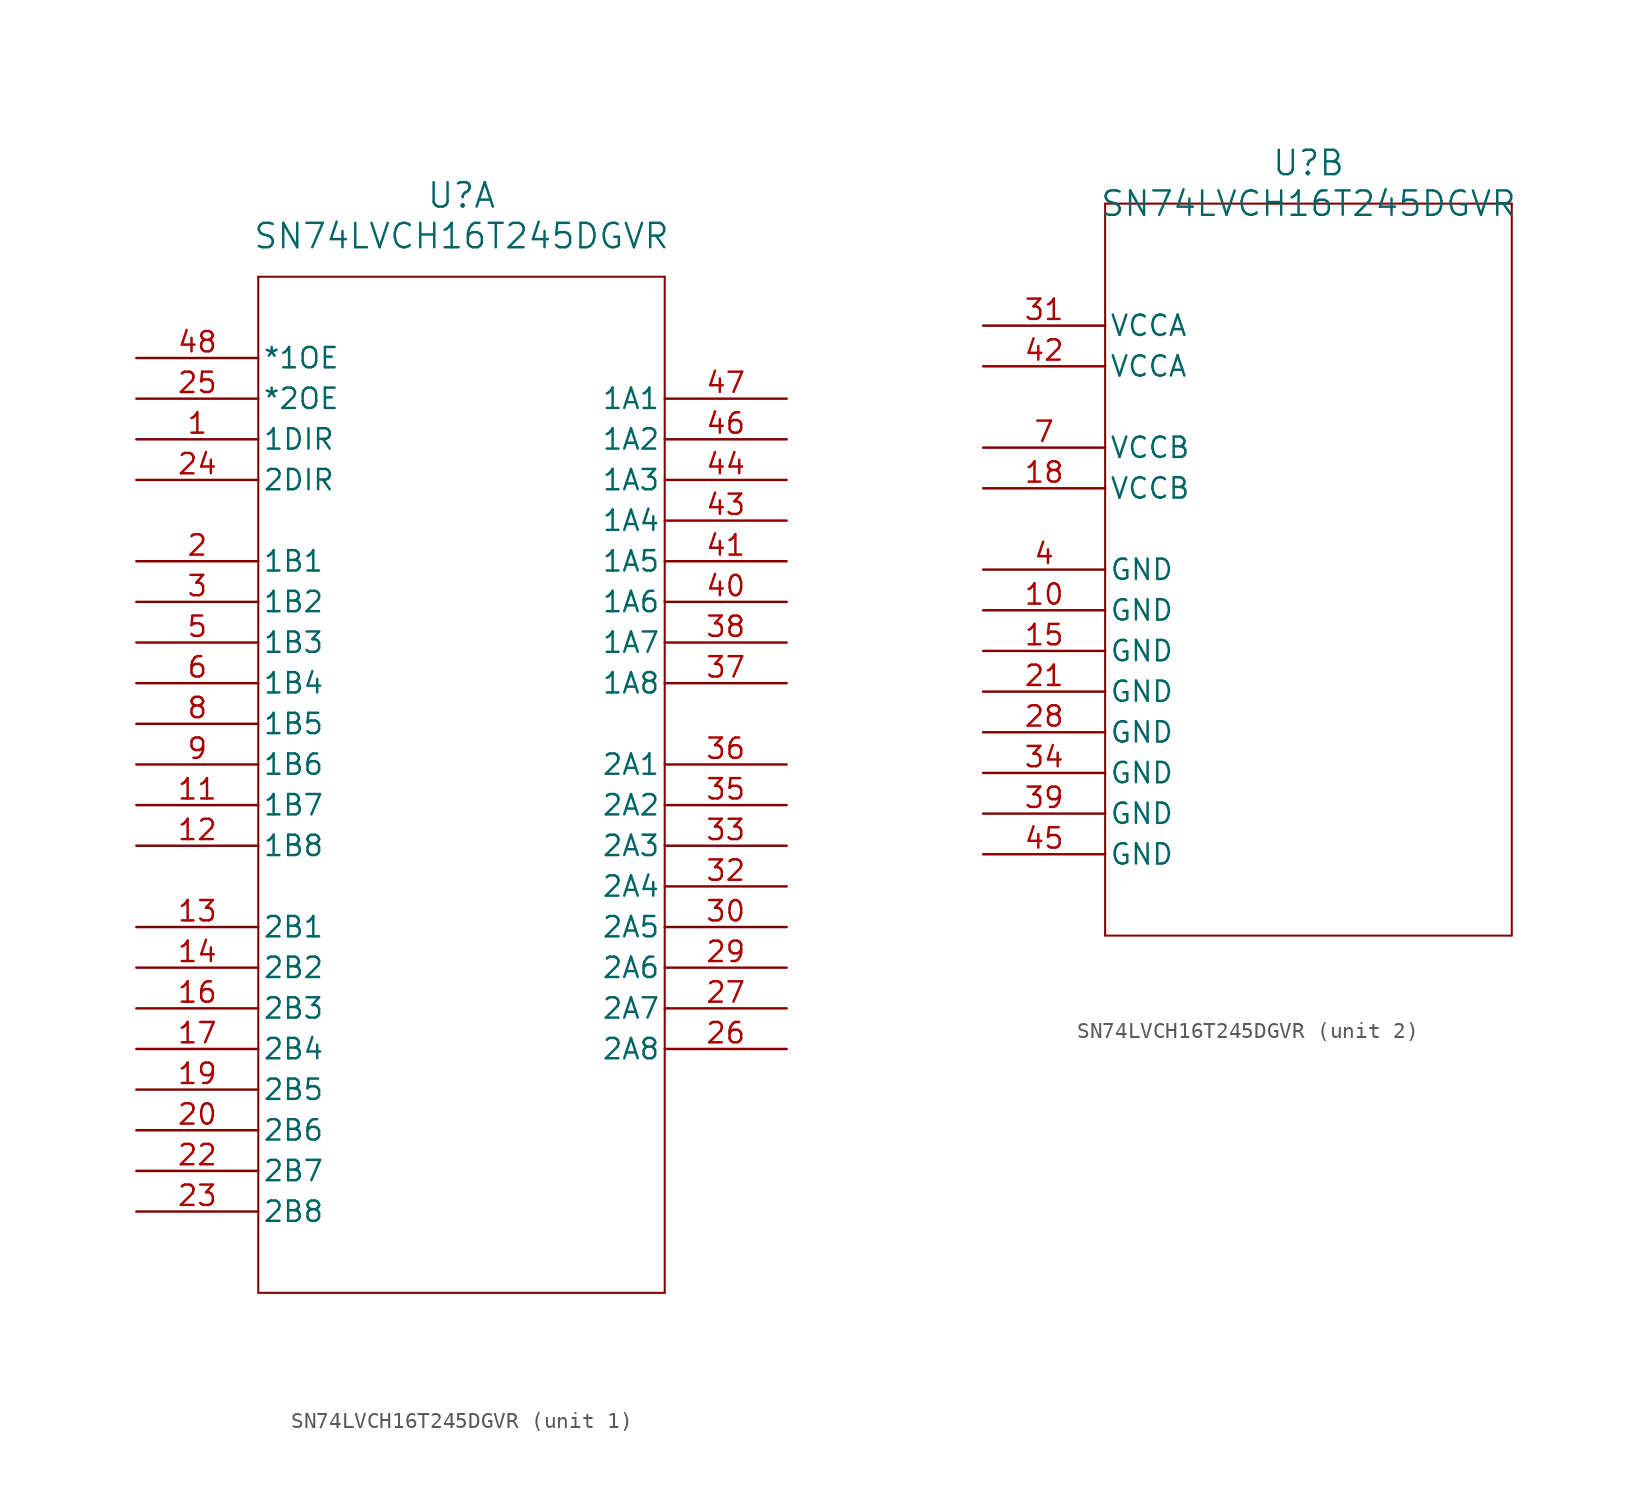
<source format=kicad_sym>
(kicad_symbol_lib
  (version 20211014)
  (generator kicad_symbol_editor)
  (symbol "SN74LVCH16T245DGVR"
    (pin_names
      (offset 0.254))
    (property "Reference" "U"
      (at 20.32 10.16 0)
      (effects (font (size 1.524 1.524))))
    (property "Value" "SN74LVCH16T245DGVR"
      (at 20.32 7.62 0)
      (effects (font (size 1.524 1.524))))
    (symbol "SN74LVCH16T245DGVR_1_1"
      (polyline (pts (xy 7.62 5.08) (xy 7.62 -58.42)) (stroke (width 0.127) (type default) (color 0 0 0 0)) (fill (type none)))
      (polyline (pts (xy 7.62 -58.42) (xy 33.02 -58.42)) (stroke (width 0.127) (type default) (color 0 0 0 0)) (fill (type none)))
      (polyline (pts (xy 33.02 -58.42) (xy 33.02 5.08)) (stroke (width 0.127) (type default) (color 0 0 0 0)) (fill (type none)))
      (polyline (pts (xy 33.02 5.08) (xy 7.62 5.08)) (stroke (width 0.127) (type default) (color 0 0 0 0)) (fill (type none)))
      (pin input line (at 0 -5.08 0) (length 7.62) (name "1DIR" (effects (font (size 1.27 1.27)))) (number "1" (effects (font (size 1.27 1.27)))))
      (pin bidirectional line (at 0 -12.7 0) (length 7.62) (name "1B1" (effects (font (size 1.27 1.27)))) (number "2" (effects (font (size 1.27 1.27)))))
      (pin bidirectional line (at 0 -15.24 0) (length 7.62) (name "1B2" (effects (font (size 1.27 1.27)))) (number "3" (effects (font (size 1.27 1.27)))))
      (pin bidirectional line (at 0 -17.78 0) (length 7.62) (name "1B3" (effects (font (size 1.27 1.27)))) (number "5" (effects (font (size 1.27 1.27)))))
      (pin bidirectional line (at 0 -20.32 0) (length 7.62) (name "1B4" (effects (font (size 1.27 1.27)))) (number "6" (effects (font (size 1.27 1.27)))))
      (pin bidirectional line (at 0 -22.86 0) (length 7.62) (name "1B5" (effects (font (size 1.27 1.27)))) (number "8" (effects (font (size 1.27 1.27)))))
      (pin bidirectional line (at 0 -25.4 0) (length 7.62) (name "1B6" (effects (font (size 1.27 1.27)))) (number "9" (effects (font (size 1.27 1.27)))))
      (pin bidirectional line (at 0 -27.94 0) (length 7.62) (name "1B7" (effects (font (size 1.27 1.27)))) (number "11" (effects (font (size 1.27 1.27)))))
      (pin bidirectional line (at 0 -30.48 0) (length 7.62) (name "1B8" (effects (font (size 1.27 1.27)))) (number "12" (effects (font (size 1.27 1.27)))))
      (pin bidirectional line (at 0 -35.56 0) (length 7.62) (name "2B1" (effects (font (size 1.27 1.27)))) (number "13" (effects (font (size 1.27 1.27)))))
      (pin bidirectional line (at 0 -38.1 0) (length 7.62) (name "2B2" (effects (font (size 1.27 1.27)))) (number "14" (effects (font (size 1.27 1.27)))))
      (pin bidirectional line (at 0 -40.64 0) (length 7.62) (name "2B3" (effects (font (size 1.27 1.27)))) (number "16" (effects (font (size 1.27 1.27)))))
      (pin bidirectional line (at 0 -43.18 0) (length 7.62) (name "2B4" (effects (font (size 1.27 1.27)))) (number "17" (effects (font (size 1.27 1.27)))))
      (pin bidirectional line (at 0 -45.72 0) (length 7.62) (name "2B5" (effects (font (size 1.27 1.27)))) (number "19" (effects (font (size 1.27 1.27)))))
      (pin bidirectional line (at 0 -48.26 0) (length 7.62) (name "2B6" (effects (font (size 1.27 1.27)))) (number "20" (effects (font (size 1.27 1.27)))))
      (pin bidirectional line (at 0 -50.8 0) (length 7.62) (name "2B7" (effects (font (size 1.27 1.27)))) (number "22" (effects (font (size 1.27 1.27)))))
      (pin bidirectional line (at 0 -53.34 0) (length 7.62) (name "2B8" (effects (font (size 1.27 1.27)))) (number "23" (effects (font (size 1.27 1.27)))))
      (pin input line (at 0 -7.62 0) (length 7.62) (name "2DIR" (effects (font (size 1.27 1.27)))) (number "24" (effects (font (size 1.27 1.27)))))
      (pin input line (at 0 -2.54 0) (length 7.62) (name "*2OE" (effects (font (size 1.27 1.27)))) (number "25" (effects (font (size 1.27 1.27)))))
      (pin bidirectional line (at 40.64 -43.18 180) (length 7.62) (name "2A8" (effects (font (size 1.27 1.27)))) (number "26" (effects (font (size 1.27 1.27)))))
      (pin bidirectional line (at 40.64 -40.64 180) (length 7.62) (name "2A7" (effects (font (size 1.27 1.27)))) (number "27" (effects (font (size 1.27 1.27)))))
      (pin bidirectional line (at 40.64 -38.1 180) (length 7.62) (name "2A6" (effects (font (size 1.27 1.27)))) (number "29" (effects (font (size 1.27 1.27)))))
      (pin bidirectional line (at 40.64 -35.56 180) (length 7.62) (name "2A5" (effects (font (size 1.27 1.27)))) (number "30" (effects (font (size 1.27 1.27)))))
      (pin bidirectional line (at 40.64 -33.02 180) (length 7.62) (name "2A4" (effects (font (size 1.27 1.27)))) (number "32" (effects (font (size 1.27 1.27)))))
      (pin bidirectional line (at 40.64 -30.48 180) (length 7.62) (name "2A3" (effects (font (size 1.27 1.27)))) (number "33" (effects (font (size 1.27 1.27)))))
      (pin bidirectional line (at 40.64 -27.94 180) (length 7.62) (name "2A2" (effects (font (size 1.27 1.27)))) (number "35" (effects (font (size 1.27 1.27)))))
      (pin bidirectional line (at 40.64 -25.4 180) (length 7.62) (name "2A1" (effects (font (size 1.27 1.27)))) (number "36" (effects (font (size 1.27 1.27)))))
      (pin bidirectional line (at 40.64 -20.32 180) (length 7.62) (name "1A8" (effects (font (size 1.27 1.27)))) (number "37" (effects (font (size 1.27 1.27)))))
      (pin bidirectional line (at 40.64 -17.78 180) (length 7.62) (name "1A7" (effects (font (size 1.27 1.27)))) (number "38" (effects (font (size 1.27 1.27)))))
      (pin bidirectional line (at 40.64 -15.24 180) (length 7.62) (name "1A6" (effects (font (size 1.27 1.27)))) (number "40" (effects (font (size 1.27 1.27)))))
      (pin bidirectional line (at 40.64 -12.7 180) (length 7.62) (name "1A5" (effects (font (size 1.27 1.27)))) (number "41" (effects (font (size 1.27 1.27)))))
      (pin bidirectional line (at 40.64 -10.16 180) (length 7.62) (name "1A4" (effects (font (size 1.27 1.27)))) (number "43" (effects (font (size 1.27 1.27)))))
      (pin bidirectional line (at 40.64 -7.62 180) (length 7.62) (name "1A3" (effects (font (size 1.27 1.27)))) (number "44" (effects (font (size 1.27 1.27)))))
      (pin bidirectional line (at 40.64 -5.08 180) (length 7.62) (name "1A2" (effects (font (size 1.27 1.27)))) (number "46" (effects (font (size 1.27 1.27)))))
      (pin bidirectional line (at 40.64 -2.54 180) (length 7.62) (name "1A1" (effects (font (size 1.27 1.27)))) (number "47" (effects (font (size 1.27 1.27)))))
      (pin input line (at 0 0 0) (length 7.62) (name "*1OE" (effects (font (size 1.27 1.27)))) (number "48" (effects (font (size 1.27 1.27))))))
    (symbol "SN74LVCH16T245DGVR_2_1"
      (polyline (pts (xy 7.62 7.62) (xy 7.62 -38.1)) (stroke (width 0.127) (type default) (color 0 0 0 0)) (fill (type none)))
      (polyline (pts (xy 7.62 -38.1) (xy 33.02 -38.1)) (stroke (width 0.127) (type default) (color 0 0 0 0)) (fill (type none)))
      (polyline (pts (xy 33.02 -38.1) (xy 33.02 7.62)) (stroke (width 0.127) (type default) (color 0 0 0 0)) (fill (type none)))
      (polyline (pts (xy 33.02 7.62) (xy 7.62 7.62)) (stroke (width 0.127) (type default) (color 0 0 0 0)) (fill (type none)))
      (pin power_in line (at 0 -15.24 0) (length 7.62) (name "GND" (effects (font (size 1.27 1.27)))) (number "4" (effects (font (size 1.27 1.27)))))
      (pin power_in line (at 0 -7.62 0) (length 7.62) (name "VCCB" (effects (font (size 1.27 1.27)))) (number "7" (effects (font (size 1.27 1.27)))))
      (pin power_in line (at 0 -17.78 0) (length 7.62) (name "GND" (effects (font (size 1.27 1.27)))) (number "10" (effects (font (size 1.27 1.27)))))
      (pin power_in line (at 0 -20.32 0) (length 7.62) (name "GND" (effects (font (size 1.27 1.27)))) (number "15" (effects (font (size 1.27 1.27)))))
      (pin power_in line (at 0 -10.16 0) (length 7.62) (name "VCCB" (effects (font (size 1.27 1.27)))) (number "18" (effects (font (size 1.27 1.27)))))
      (pin power_in line (at 0 -22.86 0) (length 7.62) (name "GND" (effects (font (size 1.27 1.27)))) (number "21" (effects (font (size 1.27 1.27)))))
      (pin power_in line (at 0 -25.4 0) (length 7.62) (name "GND" (effects (font (size 1.27 1.27)))) (number "28" (effects (font (size 1.27 1.27)))))
      (pin power_in line (at 0 0 0) (length 7.62) (name "VCCA" (effects (font (size 1.27 1.27)))) (number "31" (effects (font (size 1.27 1.27)))))
      (pin power_in line (at 0 -27.94 0) (length 7.62) (name "GND" (effects (font (size 1.27 1.27)))) (number "34" (effects (font (size 1.27 1.27)))))
      (pin power_in line (at 0 -30.48 0) (length 7.62) (name "GND" (effects (font (size 1.27 1.27)))) (number "39" (effects (font (size 1.27 1.27)))))
      (pin power_in line (at 0 -2.54 0) (length 7.62) (name "VCCA" (effects (font (size 1.27 1.27)))) (number "42" (effects (font (size 1.27 1.27)))))
      (pin power_in line (at 0 -33.02 0) (length 7.62) (name "GND" (effects (font (size 1.27 1.27)))) (number "45" (effects (font (size 1.27 1.27))))))))
</source>
